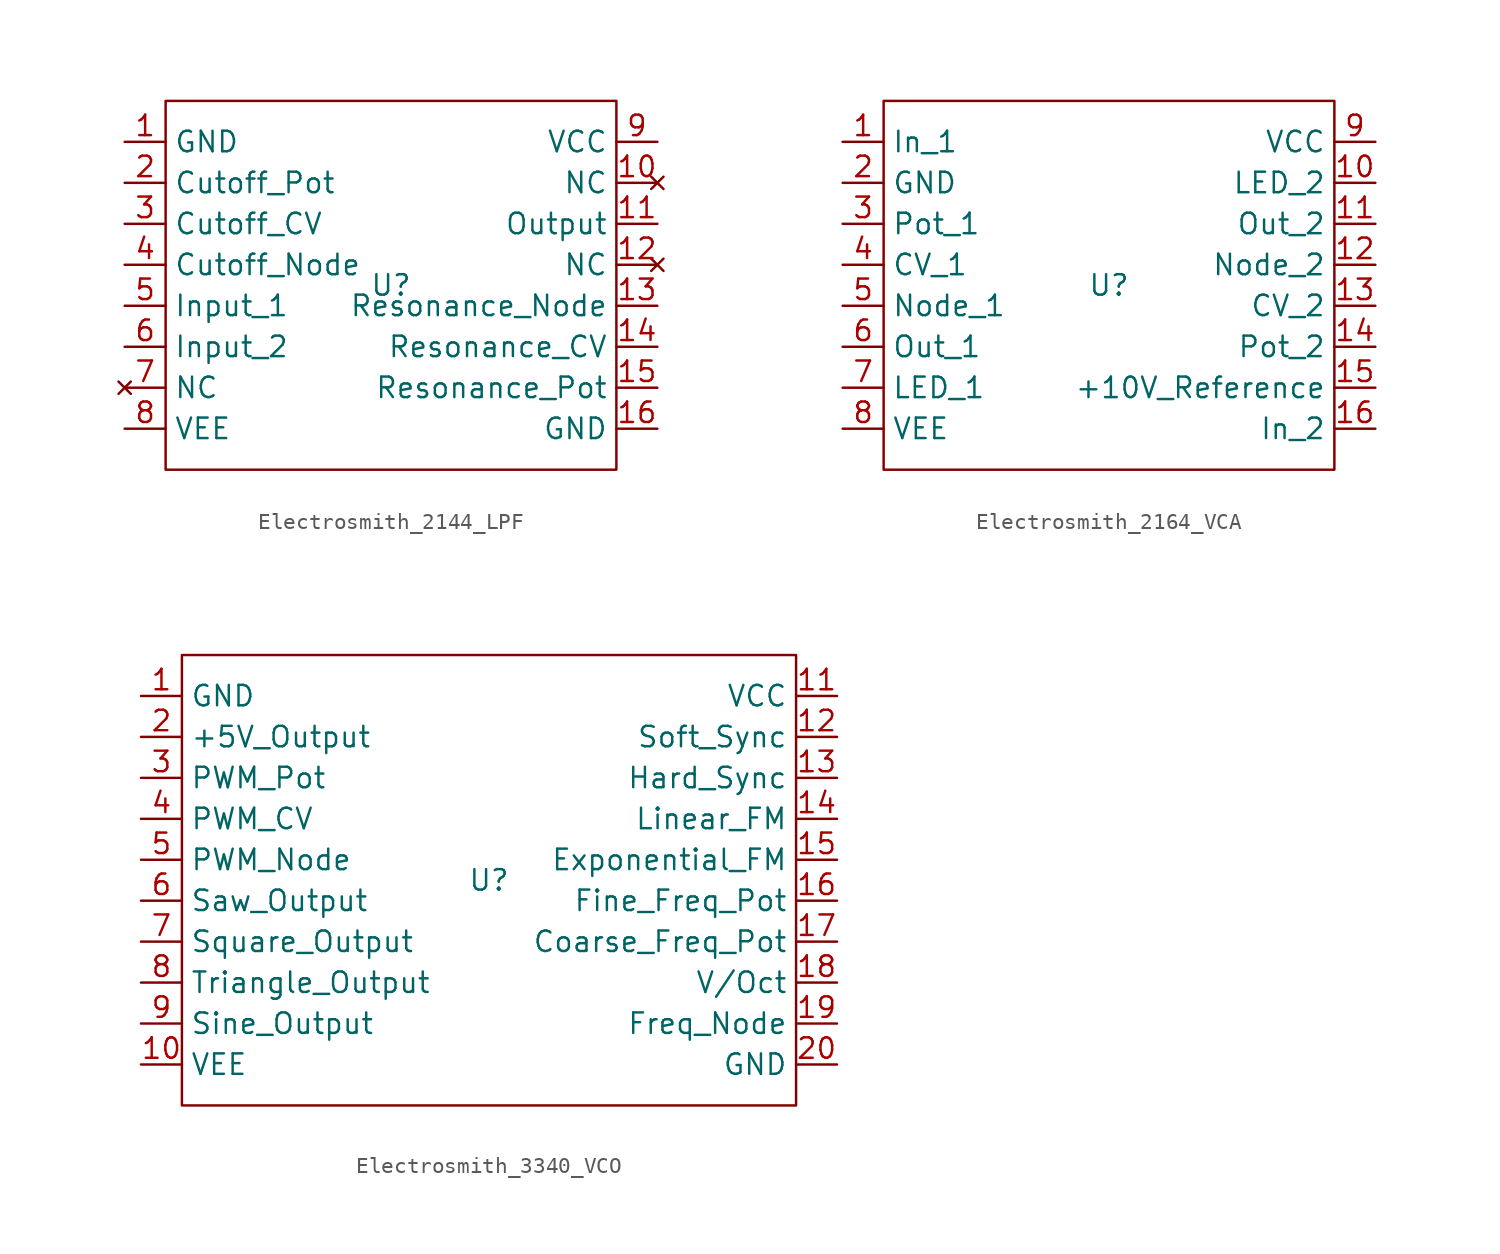
<source format=kicad_sym>
(kicad_symbol_lib
  (version 20220914)
  (generator kicad_symbol_editor)
  (symbol "Electrosmith_2144_LPF"
    (property "Reference" "U"
      (at 0 0 0)
      (effects (font (size 1.27 1.27))))
    (property "Value" ""
      (at 0 0 0)
      (effects (font (size 1.27 1.27))))
    (symbol "Electrosmith_2144_LPF_0_1"
      (rectangle (start -13.97 11.43) (end 13.97 -11.43) (stroke (width 0) (type default)) (fill (type none))))
    (symbol "Electrosmith_2144_LPF_1_1"
      (pin input line (at -16.51 8.89 0) (length 2.54) (name "GND" (effects (font (size 1.27 1.27)))) (number "1" (effects (font (size 1.27 1.27)))))
      (pin no_connect line (at 16.51 6.35 180) (length 2.54) (name "NC" (effects (font (size 1.27 1.27)))) (number "10" (effects (font (size 1.27 1.27)))))
      (pin output line (at 16.51 3.81 180) (length 2.54) (name "Output" (effects (font (size 1.27 1.27)))) (number "11" (effects (font (size 1.27 1.27)))))
      (pin no_connect line (at 16.51 1.27 180) (length 2.54) (name "NC" (effects (font (size 1.27 1.27)))) (number "12" (effects (font (size 1.27 1.27)))))
      (pin input line (at 16.51 -1.27 180) (length 2.54) (name "Resonance_Node" (effects (font (size 1.27 1.27)))) (number "13" (effects (font (size 1.27 1.27)))))
      (pin input line (at 16.51 -3.81 180) (length 2.54) (name "Resonance_CV" (effects (font (size 1.27 1.27)))) (number "14" (effects (font (size 1.27 1.27)))))
      (pin input line (at 16.51 -6.35 180) (length 2.54) (name "Resonance_Pot" (effects (font (size 1.27 1.27)))) (number "15" (effects (font (size 1.27 1.27)))))
      (pin input line (at 16.51 -8.89 180) (length 2.54) (name "GND" (effects (font (size 1.27 1.27)))) (number "16" (effects (font (size 1.27 1.27)))))
      (pin input line (at -16.51 6.35 0) (length 2.54) (name "Cutoff_Pot" (effects (font (size 1.27 1.27)))) (number "2" (effects (font (size 1.27 1.27)))))
      (pin input line (at -16.51 3.81 0) (length 2.54) (name "Cutoff_CV" (effects (font (size 1.27 1.27)))) (number "3" (effects (font (size 1.27 1.27)))))
      (pin input line (at -16.51 1.27 0) (length 2.54) (name "Cutoff_Node" (effects (font (size 1.27 1.27)))) (number "4" (effects (font (size 1.27 1.27)))))
      (pin input line (at -16.51 -1.27 0) (length 2.54) (name "Input_1" (effects (font (size 1.27 1.27)))) (number "5" (effects (font (size 1.27 1.27)))))
      (pin input line (at -16.51 -3.81 0) (length 2.54) (name "Input_2" (effects (font (size 1.27 1.27)))) (number "6" (effects (font (size 1.27 1.27)))))
      (pin no_connect line (at -16.51 -6.35 0) (length 2.54) (name "NC" (effects (font (size 1.27 1.27)))) (number "7" (effects (font (size 1.27 1.27)))))
      (pin input line (at -16.51 -8.89 0) (length 2.54) (name "VEE" (effects (font (size 1.27 1.27)))) (number "8" (effects (font (size 1.27 1.27)))))
      (pin input line (at 16.51 8.89 180) (length 2.54) (name "VCC" (effects (font (size 1.27 1.27)))) (number "9" (effects (font (size 1.27 1.27)))))))
  (symbol "Electrosmith_2164_VCA"
    (property "Reference" "U"
      (at 0 0 0)
      (effects (font (size 1.27 1.27))))
    (property "Value" ""
      (at 0 0 0)
      (effects (font (size 1.27 1.27))))
    (symbol "Electrosmith_2164_VCA_0_1"
      (rectangle (start -13.97 11.43) (end 13.97 -11.43) (stroke (width 0) (type default)) (fill (type none))))
    (symbol "Electrosmith_2164_VCA_1_1"
      (pin input line (at -16.51 8.89 0) (length 2.54) (name "In_1" (effects (font (size 1.27 1.27)))) (number "1" (effects (font (size 1.27 1.27)))))
      (pin output line (at 16.51 6.35 180) (length 2.54) (name "LED_2" (effects (font (size 1.27 1.27)))) (number "10" (effects (font (size 1.27 1.27)))))
      (pin output line (at 16.51 3.81 180) (length 2.54) (name "Out_2" (effects (font (size 1.27 1.27)))) (number "11" (effects (font (size 1.27 1.27)))))
      (pin input line (at 16.51 1.27 180) (length 2.54) (name "Node_2" (effects (font (size 1.27 1.27)))) (number "12" (effects (font (size 1.27 1.27)))))
      (pin input line (at 16.51 -1.27 180) (length 2.54) (name "CV_2" (effects (font (size 1.27 1.27)))) (number "13" (effects (font (size 1.27 1.27)))))
      (pin input line (at 16.51 -3.81 180) (length 2.54) (name "Pot_2" (effects (font (size 1.27 1.27)))) (number "14" (effects (font (size 1.27 1.27)))))
      (pin output line (at 16.51 -6.35 180) (length 2.54) (name "+10V_Reference" (effects (font (size 1.27 1.27)))) (number "15" (effects (font (size 1.27 1.27)))))
      (pin input line (at 16.51 -8.89 180) (length 2.54) (name "In_2" (effects (font (size 1.27 1.27)))) (number "16" (effects (font (size 1.27 1.27)))))
      (pin input line (at -16.51 6.35 0) (length 2.54) (name "GND" (effects (font (size 1.27 1.27)))) (number "2" (effects (font (size 1.27 1.27)))))
      (pin input line (at -16.51 3.81 0) (length 2.54) (name "Pot_1" (effects (font (size 1.27 1.27)))) (number "3" (effects (font (size 1.27 1.27)))))
      (pin input line (at -16.51 1.27 0) (length 2.54) (name "CV_1" (effects (font (size 1.27 1.27)))) (number "4" (effects (font (size 1.27 1.27)))))
      (pin input line (at -16.51 -1.27 0) (length 2.54) (name "Node_1" (effects (font (size 1.27 1.27)))) (number "5" (effects (font (size 1.27 1.27)))))
      (pin output line (at -16.51 -3.81 0) (length 2.54) (name "Out_1" (effects (font (size 1.27 1.27)))) (number "6" (effects (font (size 1.27 1.27)))))
      (pin output line (at -16.51 -6.35 0) (length 2.54) (name "LED_1" (effects (font (size 1.27 1.27)))) (number "7" (effects (font (size 1.27 1.27)))))
      (pin input line (at -16.51 -8.89 0) (length 2.54) (name "VEE" (effects (font (size 1.27 1.27)))) (number "8" (effects (font (size 1.27 1.27)))))
      (pin input line (at 16.51 8.89 180) (length 2.54) (name "VCC" (effects (font (size 1.27 1.27)))) (number "9" (effects (font (size 1.27 1.27)))))))
  (symbol "Electrosmith_3340_VCO"
    (property "Reference" "U"
      (at 0 0 0)
      (effects (font (size 1.27 1.27))))
    (property "Value" ""
      (at 0 0 0)
      (effects (font (size 1.27 1.27))))
    (symbol "Electrosmith_3340_VCO_0_1"
      (rectangle (start -19.05 13.97) (end 19.05 -13.97) (stroke (width 0) (type default)) (fill (type none))))
    (symbol "Electrosmith_3340_VCO_1_1"
      (pin input line (at -21.59 11.43 0) (length 2.54) (name "GND" (effects (font (size 1.27 1.27)))) (number "1" (effects (font (size 1.27 1.27)))))
      (pin input line (at -21.59 -11.43 0) (length 2.54) (name "VEE" (effects (font (size 1.27 1.27)))) (number "10" (effects (font (size 1.27 1.27)))))
      (pin input line (at 21.59 11.43 180) (length 2.54) (name "VCC" (effects (font (size 1.27 1.27)))) (number "11" (effects (font (size 1.27 1.27)))))
      (pin input line (at 21.59 8.89 180) (length 2.54) (name "Soft_Sync" (effects (font (size 1.27 1.27)))) (number "12" (effects (font (size 1.27 1.27)))))
      (pin input line (at 21.59 6.35 180) (length 2.54) (name "Hard_Sync" (effects (font (size 1.27 1.27)))) (number "13" (effects (font (size 1.27 1.27)))))
      (pin input line (at 21.59 3.81 180) (length 2.54) (name "Linear_FM" (effects (font (size 1.27 1.27)))) (number "14" (effects (font (size 1.27 1.27)))))
      (pin input line (at 21.59 1.27 180) (length 2.54) (name "Exponential_FM" (effects (font (size 1.27 1.27)))) (number "15" (effects (font (size 1.27 1.27)))))
      (pin input line (at 21.59 -1.27 180) (length 2.54) (name "Fine_Freq_Pot" (effects (font (size 1.27 1.27)))) (number "16" (effects (font (size 1.27 1.27)))))
      (pin input line (at 21.59 -3.81 180) (length 2.54) (name "Coarse_Freq_Pot" (effects (font (size 1.27 1.27)))) (number "17" (effects (font (size 1.27 1.27)))))
      (pin input line (at 21.59 -6.35 180) (length 2.54) (name "V/Oct" (effects (font (size 1.27 1.27)))) (number "18" (effects (font (size 1.27 1.27)))))
      (pin input line (at 21.59 -8.89 180) (length 2.54) (name "Freq_Node" (effects (font (size 1.27 1.27)))) (number "19" (effects (font (size 1.27 1.27)))))
      (pin output line (at -21.59 8.89 0) (length 2.54) (name "+5V_Output" (effects (font (size 1.27 1.27)))) (number "2" (effects (font (size 1.27 1.27)))))
      (pin input line (at 21.59 -11.43 180) (length 2.54) (name "GND" (effects (font (size 1.27 1.27)))) (number "20" (effects (font (size 1.27 1.27)))))
      (pin input line (at -21.59 6.35 0) (length 2.54) (name "PWM_Pot" (effects (font (size 1.27 1.27)))) (number "3" (effects (font (size 1.27 1.27)))))
      (pin input line (at -21.59 3.81 0) (length 2.54) (name "PWM_CV" (effects (font (size 1.27 1.27)))) (number "4" (effects (font (size 1.27 1.27)))))
      (pin input line (at -21.59 1.27 0) (length 2.54) (name "PWM_Node" (effects (font (size 1.27 1.27)))) (number "5" (effects (font (size 1.27 1.27)))))
      (pin output line (at -21.59 -1.27 0) (length 2.54) (name "Saw_Output" (effects (font (size 1.27 1.27)))) (number "6" (effects (font (size 1.27 1.27)))))
      (pin output line (at -21.59 -3.81 0) (length 2.54) (name "Square_Output" (effects (font (size 1.27 1.27)))) (number "7" (effects (font (size 1.27 1.27)))))
      (pin output line (at -21.59 -6.35 0) (length 2.54) (name "Triangle_Output" (effects (font (size 1.27 1.27)))) (number "8" (effects (font (size 1.27 1.27)))))
      (pin output line (at -21.59 -8.89 0) (length 2.54) (name "Sine_Output" (effects (font (size 1.27 1.27)))) (number "9" (effects (font (size 1.27 1.27))))))))
</source>
